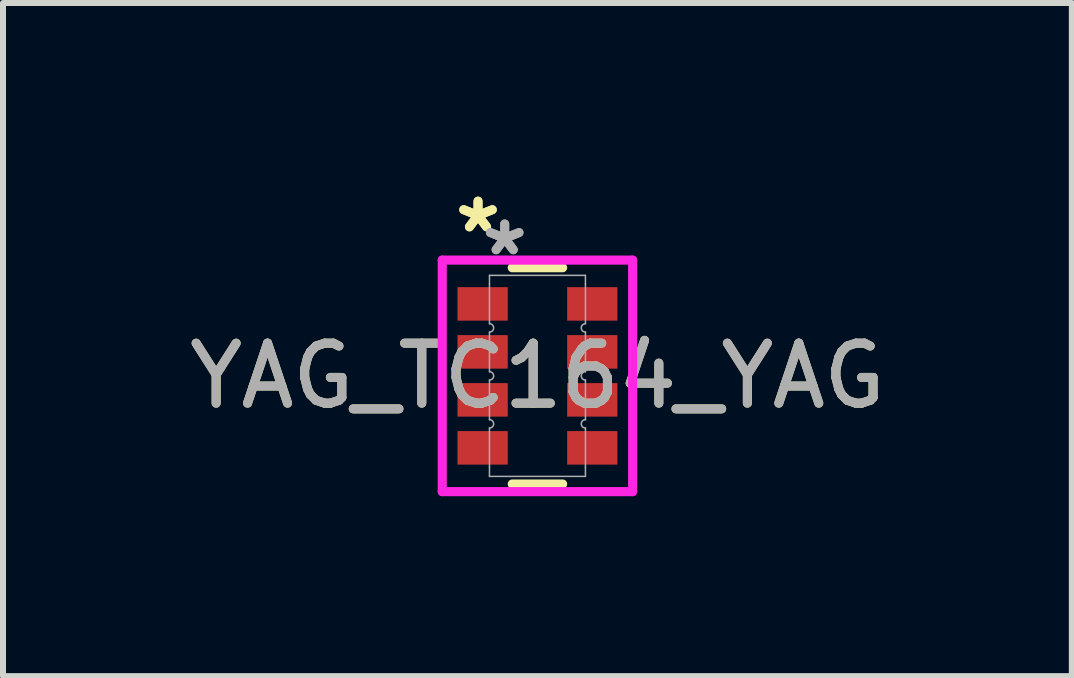
<source format=kicad_pcb>
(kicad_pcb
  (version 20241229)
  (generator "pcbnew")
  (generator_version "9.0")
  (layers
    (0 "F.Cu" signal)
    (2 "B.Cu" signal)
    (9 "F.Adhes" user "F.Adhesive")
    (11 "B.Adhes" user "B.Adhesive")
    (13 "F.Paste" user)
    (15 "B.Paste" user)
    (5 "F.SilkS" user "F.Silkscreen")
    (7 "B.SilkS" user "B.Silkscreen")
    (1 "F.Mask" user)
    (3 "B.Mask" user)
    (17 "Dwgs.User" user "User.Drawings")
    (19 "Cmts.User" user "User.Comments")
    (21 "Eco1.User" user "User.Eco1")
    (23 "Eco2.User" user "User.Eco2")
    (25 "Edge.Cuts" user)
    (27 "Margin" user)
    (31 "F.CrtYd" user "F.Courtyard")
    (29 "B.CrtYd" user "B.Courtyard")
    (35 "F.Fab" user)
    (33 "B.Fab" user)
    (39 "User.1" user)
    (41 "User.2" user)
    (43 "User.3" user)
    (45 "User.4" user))
  (footprint "YAG_TC164_YAG"
    (layer "F.Cu")
    (at 5.911 3.217)
    (property "Reference" "YAG_TC164_YAG" (at 0 0 0) (unlocked yes) (layer "F.SilkS") (effects (font (size 1 1) (thickness 0.15))))
    (attr smd)
    (fp_line (start -0.42 1.803) (end 0.42 1.803) (stroke (width 0.152) (type solid)) (layer "F.SilkS"))
    (fp_line (start 0.42 -1.803) (end -0.42 -1.803) (stroke (width 0.152) (type solid)) (layer "F.SilkS"))
    (fp_line (start -1.587 -1.93) (end 1.587 -1.93) (stroke (width 0.152) (type solid)) (layer "F.CrtYd"))
    (fp_line (start -1.587 1.93) (end -1.587 -1.93) (stroke (width 0.152) (type solid)) (layer "F.CrtYd"))
    (fp_line (start 1.587 -1.93) (end 1.587 1.93) (stroke (width 0.152) (type solid)) (layer "F.CrtYd"))
    (fp_line (start 1.587 1.93) (end -1.587 1.93) (stroke (width 0.152) (type solid)) (layer "F.CrtYd"))
    (fp_line (start -0.8 -1.676) (end -0.8 -1.53) (stroke (width 0.025) (type solid)) (layer "F.Fab"))
    (fp_line (start -0.8 -1.53) (end -0.8 -0.87) (stroke (width 0.025) (type solid)) (layer "F.Fab"))
    (fp_line (start -0.8 -0.73) (end -0.8 -0.07) (stroke (width 0.025) (type solid)) (layer "F.Fab"))
    (fp_line (start -0.8 0.07) (end -0.8 0.73) (stroke (width 0.025) (type solid)) (layer "F.Fab"))
    (fp_line (start -0.8 0.87) (end -0.8 1.53) (stroke (width 0.025) (type solid)) (layer "F.Fab"))
    (fp_line (start -0.8 1.53) (end -0.8 1.676) (stroke (width 0.025) (type solid)) (layer "F.Fab"))
    (fp_line (start -0.8 1.676) (end 0.8 1.676) (stroke (width 0.025) (type solid)) (layer "F.Fab"))
    (fp_line (start 0.8 -1.676) (end -0.8 -1.676) (stroke (width 0.025) (type solid)) (layer "F.Fab"))
    (fp_line (start 0.8 -1.676) (end 0.8 -1.53) (stroke (width 0.025) (type solid)) (layer "F.Fab"))
    (fp_line (start 0.8 -1.53) (end 0.8 -0.87) (stroke (width 0.025) (type solid)) (layer "F.Fab"))
    (fp_line (start 0.8 -0.73) (end 0.8 -0.07) (stroke (width 0.025) (type solid)) (layer "F.Fab"))
    (fp_line (start 0.8 0.07) (end 0.8 0.73) (stroke (width 0.025) (type solid)) (layer "F.Fab"))
    (fp_line (start 0.8 0.87) (end 0.8 1.53) (stroke (width 0.025) (type solid)) (layer "F.Fab"))
    (fp_line (start 0.8 1.53) (end 0.8 1.676) (stroke (width 0.025) (type solid)) (layer "F.Fab"))
    (fp_arc (start -0.8001 -0.8698) (mid -0.730301 -0.800001) (end -0.8001 -0.730202) (stroke (width 0.0254) (type solid)) (layer "F.Fab"))
    (fp_arc (start -0.8001 -0.069799) (mid -0.730301 0) (end -0.8001 0.069799) (stroke (width 0.0254) (type solid)) (layer "F.Fab"))
    (fp_arc (start -0.8001 0.730202) (mid -0.730301 0.800001) (end -0.8001 0.8698) (stroke (width 0.0254) (type solid)) (layer "F.Fab"))
    (fp_arc (start 0.8001 -0.730202) (mid 0.730301 -0.800001) (end 0.8001 -0.8698) (stroke (width 0.0254) (type solid)) (layer "F.Fab"))
    (fp_arc (start 0.8001 0.069799) (mid 0.730301 0) (end 0.8001 -0.069799) (stroke (width 0.0254) (type solid)) (layer "F.Fab"))
    (fp_arc (start 0.8001 0.8698) (mid 0.730301 0.800001) (end 0.8001 0.730202) (stroke (width 0.0254) (type solid)) (layer "F.Fab"))
    (fp_text user "*" (at -0.991 -2.368 0) (layer "F.SilkS") (effects (font (size 1 1) (thickness 0.15))))
    (fp_text user "*" (at -0.991 -2.368 0) (unlocked yes) (layer "F.SilkS") (effects (font (size 1 1) (thickness 0.15))))
    (fp_text user "*" (at -0.546 -1.987 0) (unlocked yes) (layer "F.Fab") (effects (font (size 1 1) (thickness 0.15))))
    (fp_text user "*" (at -0.546 -1.987 0) (layer "F.Fab") (effects (font (size 1 1) (thickness 0.15))))
    (fp_text user "${REFERENCE}" (at 0 0 0) (unlocked yes) (layer "F.Fab") (effects (font (size 1 1) (thickness 0.15))))
    (pad "1" smd rect (at -0.914 -1.2) (size 0.838 0.559) (layers "F.Cu" "F.Mask" "F.Paste"))
    (pad "2" smd rect (at -0.914 -0.4) (size 0.838 0.559) (layers "F.Cu" "F.Mask" "F.Paste"))
    (pad "3" smd rect (at -0.914 0.4) (size 0.838 0.559) (layers "F.Cu" "F.Mask" "F.Paste"))
    (pad "4" smd rect (at -0.914 1.2) (size 0.838 0.559) (layers "F.Cu" "F.Mask" "F.Paste"))
    (pad "5" smd rect (at 0.914 1.2) (size 0.838 0.559) (layers "F.Cu" "F.Mask" "F.Paste"))
    (pad "6" smd rect (at 0.914 0.4) (size 0.838 0.559) (layers "F.Cu" "F.Mask" "F.Paste"))
    (pad "7" smd rect (at 0.914 -0.4) (size 0.838 0.559) (layers "F.Cu" "F.Mask" "F.Paste"))
    (pad "8" smd rect (at 0.914 -1.2) (size 0.838 0.559) (layers "F.Cu" "F.Mask" "F.Paste")))
  (gr_rect
    (start -3 -3)
    (end 14.821 8.223)
    (stroke (width 0.1) (type default))
    (fill no)
    (layer "Edge.Cuts")))
</source>
